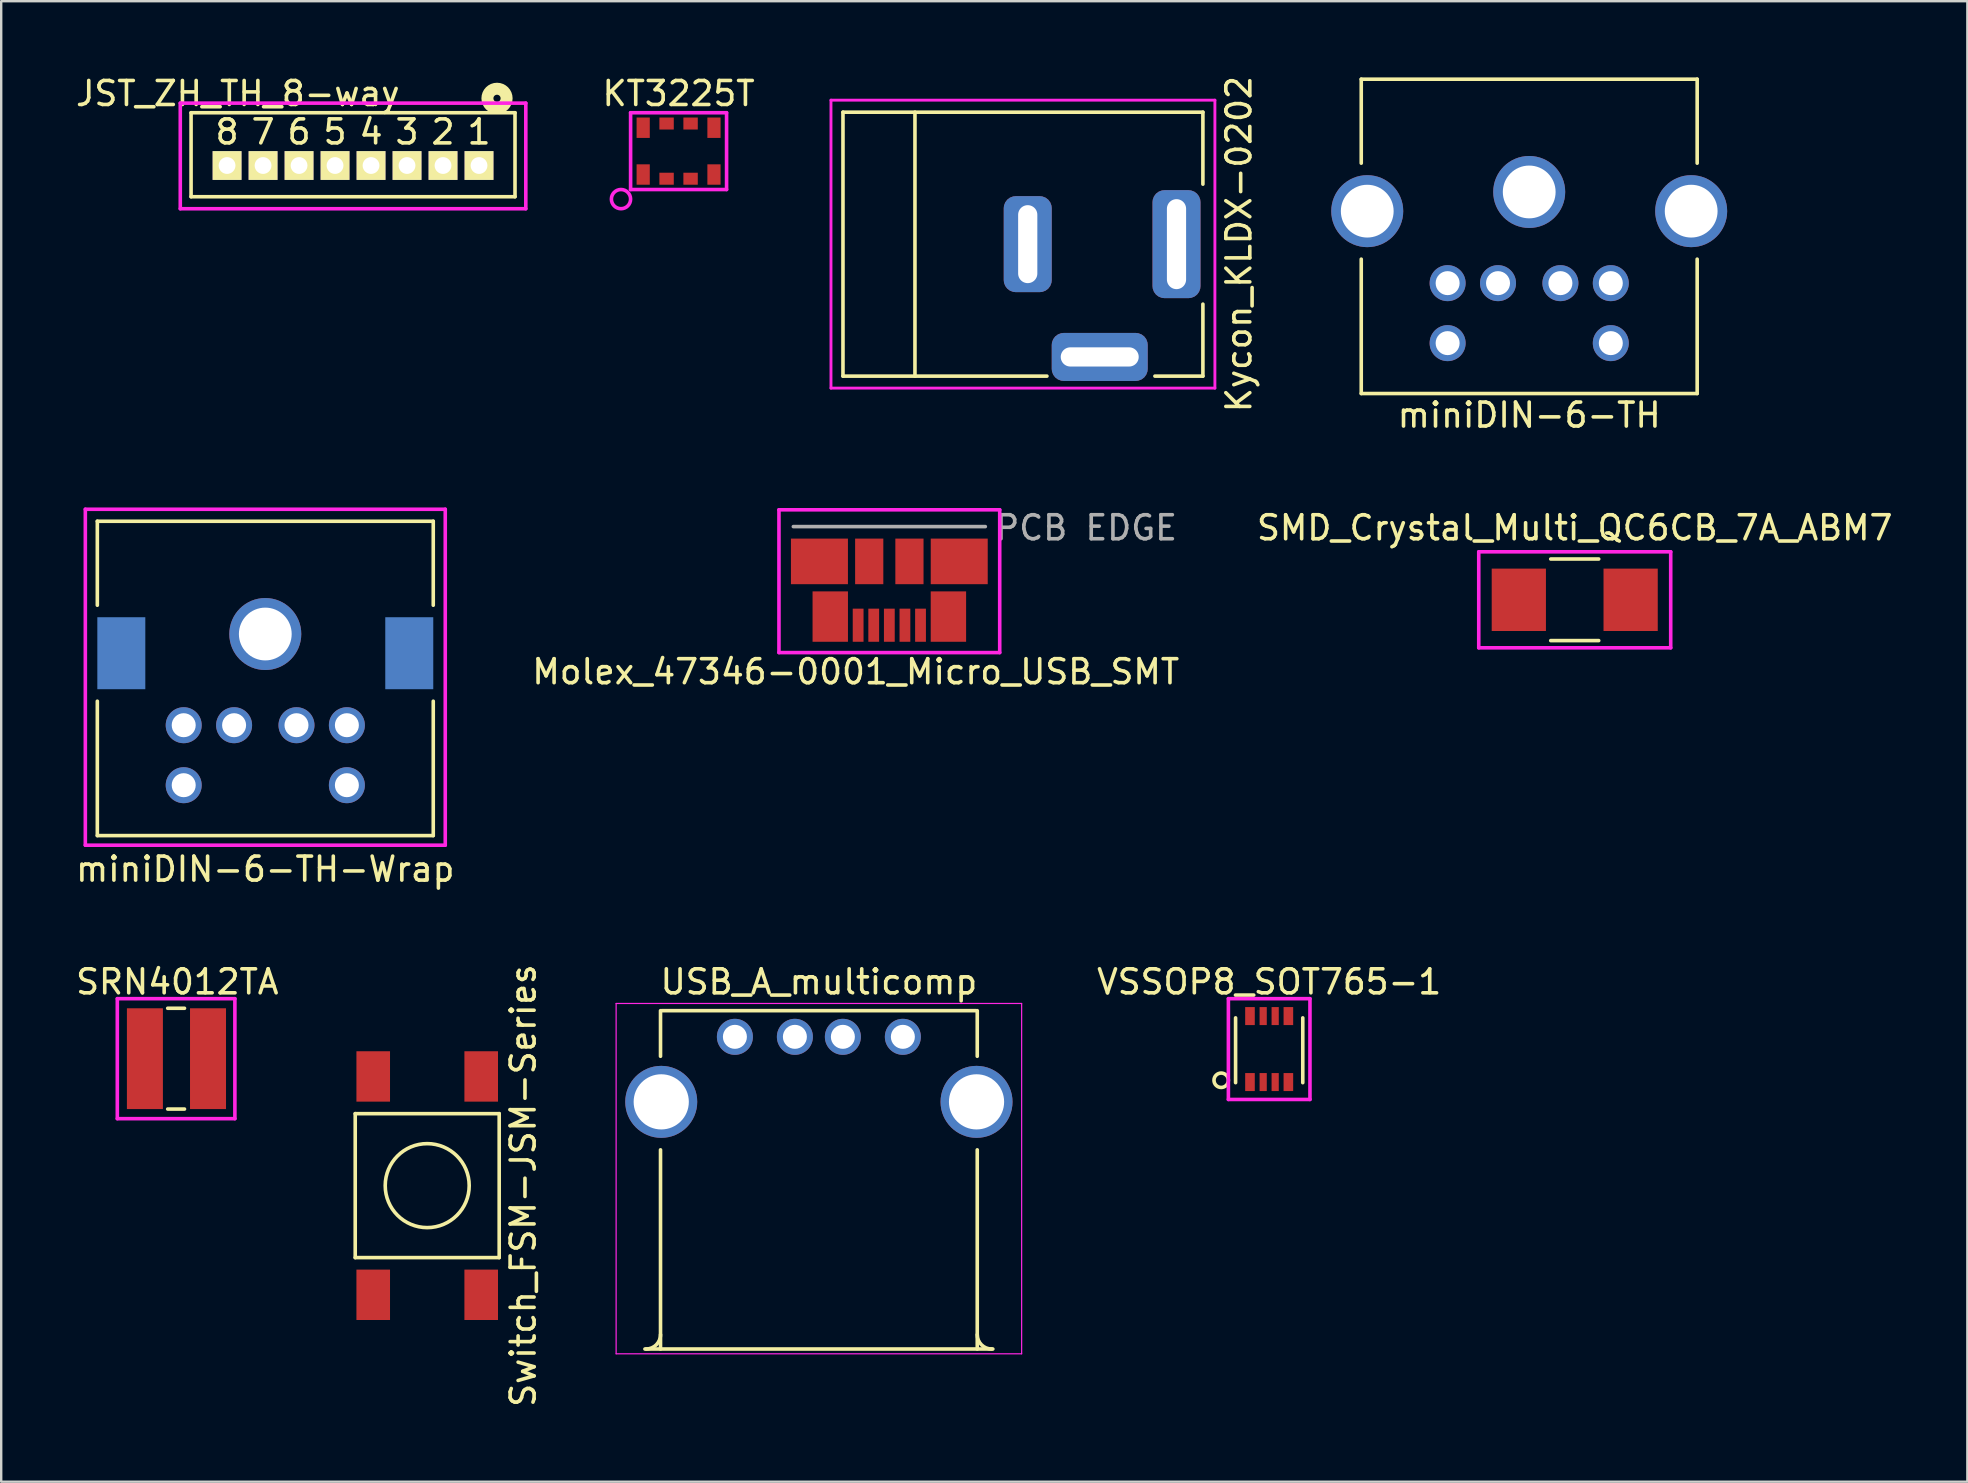
<source format=kicad_pcb>
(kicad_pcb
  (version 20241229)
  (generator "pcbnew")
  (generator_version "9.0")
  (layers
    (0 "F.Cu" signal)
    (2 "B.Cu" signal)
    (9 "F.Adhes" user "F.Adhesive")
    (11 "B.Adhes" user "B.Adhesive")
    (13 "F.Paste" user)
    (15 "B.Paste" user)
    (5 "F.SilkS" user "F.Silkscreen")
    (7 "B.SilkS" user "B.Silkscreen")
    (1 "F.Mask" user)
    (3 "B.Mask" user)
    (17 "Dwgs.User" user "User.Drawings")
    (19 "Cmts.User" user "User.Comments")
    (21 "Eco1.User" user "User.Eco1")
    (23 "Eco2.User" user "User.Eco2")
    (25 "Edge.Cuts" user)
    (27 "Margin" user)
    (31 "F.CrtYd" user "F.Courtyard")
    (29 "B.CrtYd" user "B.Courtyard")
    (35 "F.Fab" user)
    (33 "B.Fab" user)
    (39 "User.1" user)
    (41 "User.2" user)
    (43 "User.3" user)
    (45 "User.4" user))
  (footprint "KT3225T"
    (layer "F.Cu")
    (at 25.23 3.248)
    (property "Reference" "KT3225T" (at 0 -2.4 0) (layer "F.SilkS") (effects (font (size 1 1) (thickness 0.15))))
    (attr through_hole)
    (fp_line (start -2 -1.6) (end 2 -1.6) (stroke (width 0.15) (type solid)) (layer "F.CrtYd"))
    (fp_line (start -2 1.6) (end -2 -1.6) (stroke (width 0.15) (type solid)) (layer "F.CrtYd"))
    (fp_line (start 2 -1.6) (end 2 1.6) (stroke (width 0.15) (type solid)) (layer "F.CrtYd"))
    (fp_line (start 2 1.6) (end -2 1.6) (stroke (width 0.15) (type solid)) (layer "F.CrtYd"))
    (fp_circle (center -2.4 2) (end -2 2) (stroke (width 0.15) (type solid)) (fill no) (layer "F.CrtYd"))
    (pad "1" smd rect (at -1.475 0.975) (size 0.55 0.85) (layers "F.Cu" "F.Mask" "F.Paste"))
    (pad "2" smd rect (at -0.5 1.15) (size 0.6 0.5) (layers "F.Cu" "F.Mask" "F.Paste"))
    (pad "3" smd rect (at 0.5 1.15) (size 0.6 0.5) (layers "F.Cu" "F.Mask" "F.Paste"))
    (pad "4" smd rect (at 1.475 0.975) (size 0.55 0.85) (layers "F.Cu" "F.Mask" "F.Paste"))
    (pad "5" smd rect (at 1.475 -0.975) (size 0.55 0.85) (layers "F.Cu" "F.Mask" "F.Paste"))
    (pad "6" smd rect (at 0.5 -1.15) (size 0.6 0.5) (layers "F.Cu" "F.Mask" "F.Paste"))
    (pad "7" smd rect (at -0.5 -1.15) (size 0.6 0.5) (layers "F.Cu" "F.Mask" "F.Paste"))
    (pad "8" smd rect (at -1.475 -0.975) (size 0.55 0.85) (layers "F.Cu" "F.Mask" "F.Paste")))
  (footprint "VSSOP8_SOT765-1"
    (layer "F.Cu")
    (at 49.843 40.67)
    (property "Reference" "VSSOP8_SOT765-1" (at 0 -2.8 0) (layer "F.SilkS") (effects (font (size 1 1) (thickness 0.15))))
    (attr through_hole)
    (fp_line (start -1.4 -1.3) (end -1.4 1.4) (stroke (width 0.15) (type solid)) (layer "F.SilkS"))
    (fp_line (start 1.4 -1.3) (end 1.4 1.4) (stroke (width 0.15) (type solid)) (layer "F.SilkS"))
    (fp_circle (center -2 1.3) (end -1.7 1.3) (stroke (width 0.15) (type solid)) (fill no) (layer "F.SilkS"))
    (fp_line (start -1.7 -2.1) (end -1.7 2.1) (stroke (width 0.15) (type solid)) (layer "F.CrtYd"))
    (fp_line (start -1.7 -2.1) (end 1.7 -2.1) (stroke (width 0.15) (type solid)) (layer "F.CrtYd"))
    (fp_line (start -1.7 2.1) (end 1.7 2.1) (stroke (width 0.15) (type solid)) (layer "F.CrtYd"))
    (fp_line (start 1.7 -2.1) (end 1.7 2.1) (stroke (width 0.15) (type solid)) (layer "F.CrtYd"))
    (pad "1" smd rect (at -0.8 1.375) (size 0.4 0.75) (layers "F.Cu" "F.Mask" "F.Paste"))
    (pad "2" smd rect (at -0.25 1.375) (size 0.3 0.75) (layers "F.Cu" "F.Mask" "F.Paste"))
    (pad "3" smd rect (at 0.25 1.375) (size 0.3 0.75) (layers "F.Cu" "F.Mask" "F.Paste"))
    (pad "4" smd rect (at 0.8 1.375) (size 0.4 0.75) (layers "F.Cu" "F.Mask" "F.Paste"))
    (pad "5" smd rect (at 0.8 -1.375) (size 0.4 0.75) (layers "F.Cu" "F.Mask" "F.Paste"))
    (pad "6" smd rect (at 0.25 -1.375) (size 0.3 0.75) (layers "F.Cu" "F.Mask" "F.Paste"))
    (pad "7" smd rect (at -0.25 -1.375) (size 0.3 0.75) (layers "F.Cu" "F.Mask" "F.Paste"))
    (pad "8" smd rect (at -0.8 -1.375) (size 0.4 0.75) (layers "F.Cu" "F.Mask" "F.Paste")))
  (footprint "SRN4012TA"
    (layer "F.Cu")
    (at 4.339 41.07)
    (property "Reference" "SRN4012TA" (at 0 -3.2 0) (layer "F.SilkS") (effects (font (size 1 1) (thickness 0.15))))
    (attr through_hole)
    (fp_line (start -0.4 -2.1) (end 0.3 -2.1) (stroke (width 0.15) (type solid)) (layer "F.SilkS"))
    (fp_line (start -0.4 2.1) (end 0.3 2.1) (stroke (width 0.15) (type solid)) (layer "F.SilkS"))
    (fp_line (start -2.5 -2.5) (end 2.4 -2.5) (stroke (width 0.15) (type solid)) (layer "F.CrtYd"))
    (fp_line (start -2.5 2.5) (end -2.5 -2.5) (stroke (width 0.15) (type solid)) (layer "F.CrtYd"))
    (fp_line (start 2.4 -2.5) (end 2.4 2.5) (stroke (width 0.15) (type solid)) (layer "F.CrtYd"))
    (fp_line (start 2.4 2.5) (end -2.5 2.5) (stroke (width 0.15) (type solid)) (layer "F.CrtYd"))
    (pad "1" smd rect (at -1.35 0) (size 1.5 4.2) (layers "F.Cu" "F.Mask" "F.Paste"))
    (pad "2" smd rect (at 1.28 0) (size 1.5 4.2) (layers "F.Cu" "F.Mask" "F.Paste")))
  (footprint "Switch_FSM-JSM-Series"
    (layer "F.Cu")
    (at 14.754 46.361)
    (property "Reference" "Switch_FSM-JSM-Series" (at 4 0 90) (layer "F.SilkS") (effects (font (size 1 1) (thickness 0.15))))
    (attr through_hole)
    (fp_line (start -3 -3) (end 3 -3) (stroke (width 0.15) (type solid)) (layer "F.SilkS"))
    (fp_line (start -3 3) (end -3 -3) (stroke (width 0.15) (type solid)) (layer "F.SilkS"))
    (fp_line (start 3 -3) (end 3 3) (stroke (width 0.15) (type solid)) (layer "F.SilkS"))
    (fp_line (start 3 3) (end -3 3) (stroke (width 0.15) (type solid)) (layer "F.SilkS"))
    (fp_circle (center 0 0) (end 1.75 0) (stroke (width 0.15) (type solid)) (fill no) (layer "F.SilkS"))
    (pad "1" smd rect (at -2.25 -4.55) (size 1.4 2.1) (layers "F.Cu" "F.Mask" "F.Paste"))
    (pad "1" smd rect (at -2.25 4.55) (size 1.4 2.1) (layers "F.Cu" "F.Mask" "F.Paste"))
    (pad "2" smd rect (at 2.25 -4.55) (size 1.4 2.1) (layers "F.Cu" "F.Mask" "F.Paste"))
    (pad "2" smd rect (at 2.25 4.55) (size 1.4 2.1) (layers "F.Cu" "F.Mask" "F.Paste")))
  (footprint "miniDIN-6-TH-Wrap"
    (layer "F.Cu")
    (at 8.006 18.673)
    (property "Reference" "miniDIN-6-TH-Wrap" (at 0 14.5 0) (layer "F.SilkS") (effects (font (size 1 1) (thickness 0.15))))
    (attr through_hole)
    (fp_line (start -7 0) (end -7 3.5) (stroke (width 0.15) (type solid)) (layer "F.SilkS"))
    (fp_line (start -7 0) (end 7 0) (stroke (width 0.15) (type solid)) (layer "F.SilkS"))
    (fp_line (start -7 7.5) (end -7 13.1) (stroke (width 0.15) (type solid)) (layer "F.SilkS"))
    (fp_line (start -7 13.1) (end 7 13.1) (stroke (width 0.15) (type solid)) (layer "F.SilkS"))
    (fp_line (start 7 3.5) (end 7 0) (stroke (width 0.15) (type solid)) (layer "F.SilkS"))
    (fp_line (start 7 7.5) (end 7 13.1) (stroke (width 0.15) (type solid)) (layer "F.SilkS"))
    (fp_line (start -7.5 -0.5) (end 7.5 -0.5) (stroke (width 0.15) (type solid)) (layer "F.CrtYd"))
    (fp_line (start -7.5 13.5) (end -7.5 -0.5) (stroke (width 0.15) (type solid)) (layer "F.CrtYd"))
    (fp_line (start 7.5 -0.5) (end 7.5 13.5) (stroke (width 0.15) (type solid)) (layer "F.CrtYd"))
    (fp_line (start 7.5 13.5) (end -7.5 13.5) (stroke (width 0.15) (type solid)) (layer "F.CrtYd"))
    (pad "1" thru_hole circle (at 1.3 8.5 90) (size 1.5 1.5) (drill 1) (layers "*.Cu" "*.Mask"))
    (pad "2" thru_hole circle (at -1.3 8.5 90) (size 1.5 1.5) (drill 1) (layers "*.Cu" "*.Mask"))
    (pad "3" thru_hole circle (at 3.4 8.5 90) (size 1.5 1.5) (drill 1) (layers "*.Cu" "*.Mask"))
    (pad "4" thru_hole circle (at -3.4 8.5 180) (size 1.5 1.5) (drill 1) (layers "*.Cu" "*.Mask"))
    (pad "5" thru_hole circle (at 3.4 11 90) (size 1.5 1.5) (drill 1) (layers "*.Cu" "*.Mask"))
    (pad "6" thru_hole circle (at -3.4 11 180) (size 1.5 1.5) (drill 1) (layers "*.Cu" "*.Mask"))
    (pad "7" smd rect (at -6 5.5 90) (size 3 2) (layers "F.Mask" "B.Cu" "F.Paste"))
    (pad "7" thru_hole circle (at 0 4.7 90) (size 3 3) (drill 2.2) (layers "*.Cu" "*.Mask"))
    (pad "7" smd rect (at 6 5.5 90) (size 3 2) (layers "F.Mask" "B.Cu" "F.Paste")))
  (footprint "USB_A_multicomp"
    (layer "F.Cu")
    (at 31.077 42.87)
    (property "Reference" "USB_A_multicomp" (at 0 -5 0) (layer "F.SilkS") (effects (font (size 1 1) (thickness 0.15))))
    (attr through_hole)
    (fp_line (start -7.25 10.3) (end 7.25 10.3) (stroke (width 0.15) (type solid)) (layer "F.SilkS"))
    (fp_line (start -6.6 -3.8) (end -6.6 -1.9) (stroke (width 0.15) (type solid)) (layer "F.SilkS"))
    (fp_line (start -6.6 2) (end -6.6 10.3) (stroke (width 0.15) (type solid)) (layer "F.SilkS"))
    (fp_line (start 6.55 -3.8) (end -6.55 -3.8) (stroke (width 0.15) (type solid)) (layer "F.SilkS"))
    (fp_line (start 6.6 -3.8) (end 6.6 -1.9) (stroke (width 0.15) (type solid)) (layer "F.SilkS"))
    (fp_line (start 6.6 2) (end 6.6 10.3) (stroke (width 0.15) (type solid)) (layer "F.SilkS"))
    (fp_arc (start -6.6 9.7) (mid -6.775736 10.124264) (end -7.2 10.3) (stroke (width 0.15) (type solid)) (layer "F.SilkS"))
    (fp_arc (start 7.2 10.3) (mid 6.775736 10.124264) (end 6.6 9.7) (stroke (width 0.15) (type solid)) (layer "F.SilkS"))
    (fp_line (start -8.45 -4.1) (end 8.45 -4.1) (stroke (width 0.05) (type solid)) (layer "F.CrtYd"))
    (fp_line (start -8.45 10.5) (end -8.45 -4.1) (stroke (width 0.05) (type solid)) (layer "F.CrtYd"))
    (fp_line (start -8.45 10.5) (end 8.45 10.5) (stroke (width 0.05) (type solid)) (layer "F.CrtYd"))
    (fp_line (start 8.45 -4.1) (end 8.45 10.5) (stroke (width 0.05) (type solid)) (layer "F.CrtYd"))
    (pad "1" thru_hole circle (at -3.5 -2.71 270) (size 1.501 1.501) (drill 1) (layers "*.Cu" "*.Mask"))
    (pad "2" thru_hole circle (at -1 -2.71 270) (size 1.501 1.501) (drill 1) (layers "*.Cu" "*.Mask"))
    (pad "3" thru_hole circle (at 1 -2.71 270) (size 1.501 1.501) (drill 1) (layers "*.Cu" "*.Mask"))
    (pad "4" thru_hole circle (at 3.5 -2.71 270) (size 1.501 1.501) (drill 1) (layers "*.Cu" "*.Mask"))
    (pad "5" thru_hole circle (at -6.57 0 270) (size 3 3) (drill 2.3) (layers "*.Cu" "*.Mask"))
    (pad "5" thru_hole circle (at 6.57 0 270) (size 3 3) (drill 2.3) (layers "*.Cu" "*.Mask")))
  (footprint "Kycon_KLDX-0202"
    (layer "F.Cu")
    (at 32.081 7.125)
    (property "Reference" "Kycon_KLDX-0202" (at 16.5 0 90) (layer "F.SilkS") (effects (font (size 1 1) (thickness 0.15))))
    (attr through_hole)
    (fp_line (start 0 -5.5) (end 0 5.5) (stroke (width 0.15) (type solid)) (layer "F.SilkS"))
    (fp_line (start 3 -5.5) (end 3 5.5) (stroke (width 0.15) (type solid)) (layer "F.SilkS"))
    (fp_line (start 8.5 5.5) (end 0 5.5) (stroke (width 0.15) (type solid)) (layer "F.SilkS"))
    (fp_line (start 13 5.5) (end 15 5.5) (stroke (width 0.15) (type solid)) (layer "F.SilkS"))
    (fp_line (start 15 -5.5) (end 0 -5.5) (stroke (width 0.15) (type solid)) (layer "F.SilkS"))
    (fp_line (start 15 -2.5) (end 15 -5.5) (stroke (width 0.15) (type solid)) (layer "F.SilkS"))
    (fp_line (start 15 5.5) (end 15 2.5) (stroke (width 0.15) (type solid)) (layer "F.SilkS"))
    (fp_line (start -0.5 -6) (end 15.5 -6) (stroke (width 0.12) (type solid)) (layer "F.CrtYd"))
    (fp_line (start -0.5 6) (end -0.5 -6) (stroke (width 0.12) (type solid)) (layer "F.CrtYd"))
    (fp_line (start 15.5 -6) (end 15.5 6) (stroke (width 0.12) (type solid)) (layer "F.CrtYd"))
    (fp_line (start 15.5 6) (end -0.5 6) (stroke (width 0.12) (type solid)) (layer "F.CrtYd"))
    (pad "1" thru_hole roundrect (at 13.9 0) (size 2 4.5) (drill oval 0.8 3.75) (layers "*.Cu" "*.Mask") (roundrect_rratio 0.25))
    (pad "2" thru_hole roundrect (at 7.7 0) (size 2 4) (drill oval 0.8 3.25) (layers "*.Cu" "*.Mask") (roundrect_rratio 0.25))
    (pad "2" thru_hole roundrect (at 10.7 4.7 90) (size 2 4) (drill oval 0.8 3.25) (layers "*.Cu" "*.Mask") (roundrect_rratio 0.25)))
  (footprint "JST_ZH_TH_8-way"
    (layer "F.Cu")
    (at 11.663 3.848)
    (property "Reference" "JST_ZH_TH_8-way" (at -4.8 -3 0) (layer "F.SilkS") (effects (font (size 1 1) (thickness 0.15))))
    (attr through_hole)
    (fp_line (start -6.75 -2.2) (end -6.75 1.3) (stroke (width 0.15) (type solid)) (layer "F.SilkS"))
    (fp_line (start -6.75 -2.2) (end 6.75 -2.2) (stroke (width 0.15) (type solid)) (layer "F.SilkS"))
    (fp_line (start -6.75 1.3) (end 6.75 1.3) (stroke (width 0.15) (type solid)) (layer "F.SilkS"))
    (fp_line (start 6.75 -2.2) (end 6.75 1.3) (stroke (width 0.15) (type solid)) (layer "F.SilkS"))
    (fp_circle (center 6 -2.8) (end 6.4 -2.8) (stroke (width 0.5) (type solid)) (fill no) (layer "F.SilkS"))
    (fp_line (start -7.2 -2.6) (end 7.2 -2.6) (stroke (width 0.15) (type solid)) (layer "F.CrtYd"))
    (fp_line (start -7.2 1.8) (end -7.2 -2.6) (stroke (width 0.15) (type solid)) (layer "F.CrtYd"))
    (fp_line (start 7.2 -2.6) (end 7.2 1.8) (stroke (width 0.15) (type solid)) (layer "F.CrtYd"))
    (fp_line (start 7.2 1.8) (end -7.2 1.8) (stroke (width 0.15) (type solid)) (layer "F.CrtYd"))
    (fp_text user "2" (at 3.75 -1.4 0) (layer "F.SilkS") (effects (font (size 1 1) (thickness 0.15))))
    (fp_text user "5" (at -0.75 -1.4 0) (layer "F.SilkS") (effects (font (size 1 1) (thickness 0.15))))
    (fp_text user "6" (at -2.25 -1.4 0) (layer "F.SilkS") (effects (font (size 1 1) (thickness 0.15))))
    (fp_text user "3" (at 2.25 -1.4 0) (layer "F.SilkS") (effects (font (size 1 1) (thickness 0.15))))
    (fp_text user "8" (at -5.25 -1.4 0) (layer "F.SilkS") (effects (font (size 1 1) (thickness 0.15))))
    (fp_text user "1" (at 5.25 -1.4 0) (layer "F.SilkS") (effects (font (size 1 1) (thickness 0.15))))
    (fp_text user "7" (at -3.75 -1.4 0) (layer "F.SilkS") (effects (font (size 1 1) (thickness 0.15))))
    (fp_text user "4" (at 0.75 -1.4 0) (layer "F.SilkS") (effects (font (size 1 1) (thickness 0.15))))
    (pad "1" thru_hole rect (at 5.25 0) (size 1.2 1.2) (drill 0.7) (layers "*.Cu" "*.Mask" "F.SilkS"))
    (pad "2" thru_hole rect (at 3.75 0) (size 1.2 1.2) (drill 0.7) (layers "*.Cu" "*.Mask" "F.SilkS"))
    (pad "3" thru_hole rect (at 2.25 0) (size 1.2 1.2) (drill 0.7) (layers "*.Cu" "*.Mask" "F.SilkS"))
    (pad "4" thru_hole rect (at 0.75 0) (size 1.2 1.2) (drill 0.7) (layers "*.Cu" "*.Mask" "F.SilkS"))
    (pad "5" thru_hole rect (at -0.75 0) (size 1.2 1.2) (drill 0.7) (layers "*.Cu" "*.Mask" "F.SilkS"))
    (pad "6" thru_hole rect (at -2.25 0) (size 1.2 1.2) (drill 0.7) (layers "*.Cu" "*.Mask" "F.SilkS"))
    (pad "7" thru_hole rect (at -3.75 0) (size 1.2 1.2) (drill 0.7) (layers "*.Cu" "*.Mask" "F.SilkS"))
    (pad "8" thru_hole rect (at -5.25 0) (size 1.2 1.2) (drill 0.7) (layers "*.Cu" "*.Mask" "F.SilkS")))
  (footprint "Molex_47346-0001_Micro_USB_SMT"
    (layer "F.Cu")
    (at 34.013 20.346)
    (property "Reference" "Molex_47346-0001_Micro_USB_SMT" (at -1.4 4.6 0) (layer "F.SilkS") (effects (font (size 1 1) (thickness 0.15))))
    (attr through_hole)
    (fp_line (start -4.6 -2.15) (end -4.6 3.8) (stroke (width 0.15) (type solid)) (layer "F.CrtYd"))
    (fp_line (start -4.6 -2.15) (end 4.6 -2.15) (stroke (width 0.15) (type solid)) (layer "F.CrtYd"))
    (fp_line (start -4.6 3.8) (end 4.6 3.8) (stroke (width 0.15) (type solid)) (layer "F.CrtYd"))
    (fp_line (start 4.6 3.8) (end 4.6 -2.15) (stroke (width 0.15) (type solid)) (layer "F.CrtYd"))
    (fp_line (start -4 -1.45) (end 4 -1.45) (stroke (width 0.15) (type solid)) (layer "F.Fab"))
    (fp_text user "PCB EDGE" (at 8.2 -1.4 0) (layer "F.Fab") (effects (font (size 1 1) (thickness 0.15))))
    (pad "" smd rect (at -0.838 0) (size 1.175 1.9) (layers "F.Cu" "F.Mask" "F.Paste"))
    (pad "" smd rect (at -0.65 2.66) (size 0.45 1.38) (layers "F.Cu" "F.Mask" "F.Paste"))
    (pad "" smd rect (at 0.838 0) (size 1.175 1.9) (layers "F.Cu" "F.Mask" "F.Paste"))
    (pad "1" smd rect (at 1.3 2.66) (size 0.45 1.38) (layers "F.Cu" "F.Mask" "F.Paste"))
    (pad "2" smd rect (at 0.65 2.66) (size 0.45 1.38) (layers "F.Cu" "F.Mask" "F.Paste"))
    (pad "3" smd rect (at 0 2.66) (size 0.45 1.38) (layers "F.Cu" "F.Mask" "F.Paste"))
    (pad "4" smd rect (at -1.3 2.66) (size 0.45 1.38) (layers "F.Cu" "F.Mask" "F.Paste"))
    (pad "5" smd rect (at -2.913 0) (size 2.375 1.9) (layers "F.Cu" "F.Mask" "F.Paste"))
    (pad "5" smd rect (at -2.462 2.3) (size 1.475 2.1) (layers "F.Cu" "F.Mask" "F.Paste"))
    (pad "5" smd rect (at 2.462 2.3) (size 1.475 2.1) (layers "F.Cu" "F.Mask" "F.Paste"))
    (pad "5" smd rect (at 2.913 0) (size 2.375 1.9) (layers "F.Cu" "F.Mask" "F.Paste")))
  (footprint "miniDIN-6-TH"
    (layer "F.Cu")
    (at 60.68 0.25)
    (property "Reference" "miniDIN-6-TH" (at 0 14 0) (layer "F.SilkS") (effects (font (size 1 1) (thickness 0.15))))
    (attr through_hole)
    (fp_line (start -7 0) (end -7 3.5) (stroke (width 0.15) (type solid)) (layer "F.SilkS"))
    (fp_line (start -7 0) (end 7 0) (stroke (width 0.15) (type solid)) (layer "F.SilkS"))
    (fp_line (start -7 7.5) (end -7 13.1) (stroke (width 0.15) (type solid)) (layer "F.SilkS"))
    (fp_line (start -7 13.1) (end 7 13.1) (stroke (width 0.15) (type solid)) (layer "F.SilkS"))
    (fp_line (start 7 3.5) (end 7 0) (stroke (width 0.15) (type solid)) (layer "F.SilkS"))
    (fp_line (start 7 7.5) (end 7 13.1) (stroke (width 0.15) (type solid)) (layer "F.SilkS"))
    (pad "1" thru_hole circle (at 1.3 8.5 90) (size 1.5 1.5) (drill 1) (layers "*.Cu" "*.Mask"))
    (pad "2" thru_hole circle (at -1.3 8.5 90) (size 1.5 1.5) (drill 1) (layers "*.Cu" "*.Mask"))
    (pad "3" thru_hole circle (at 3.4 8.5 90) (size 1.5 1.5) (drill 1) (layers "*.Cu" "*.Mask"))
    (pad "4" thru_hole circle (at -3.4 8.5 180) (size 1.5 1.5) (drill 1) (layers "*.Cu" "*.Mask"))
    (pad "5" thru_hole circle (at 3.4 11 90) (size 1.5 1.5) (drill 1) (layers "*.Cu" "*.Mask"))
    (pad "6" thru_hole circle (at -3.4 11 180) (size 1.5 1.5) (drill 1) (layers "*.Cu" "*.Mask"))
    (pad "7" thru_hole circle (at -6.75 5.5 90) (size 3 3) (drill 2.2) (layers "*.Cu" "*.Mask"))
    (pad "7" thru_hole circle (at 0 4.7 90) (size 3 3) (drill 2.2) (layers "*.Cu" "*.Mask"))
    (pad "7" thru_hole circle (at 6.75 5.5 90) (size 3 3) (drill 2.2) (layers "*.Cu" "*.Mask")))
  (footprint "SMD_Crystal_Multi_QC6CB_7A_ABM7"
    (layer "F.Cu")
    (at 62.577 21.947)
    (property "Reference" "SMD_Crystal_Multi_QC6CB_7A_ABM7" (at 0 -3 0) (layer "F.SilkS") (effects (font (size 1 1) (thickness 0.15))))
    (attr through_hole)
    (fp_line (start -1 -1.7) (end 1 -1.7) (stroke (width 0.15) (type solid)) (layer "F.SilkS"))
    (fp_line (start -1 1.7) (end 1 1.7) (stroke (width 0.15) (type solid)) (layer "F.SilkS"))
    (fp_line (start -4 -2) (end -4 2) (stroke (width 0.15) (type solid)) (layer "F.CrtYd"))
    (fp_line (start -4 -2) (end 4 -2) (stroke (width 0.15) (type solid)) (layer "F.CrtYd"))
    (fp_line (start 4 -2) (end 4 2) (stroke (width 0.15) (type solid)) (layer "F.CrtYd"))
    (fp_line (start 4 2) (end -4 2) (stroke (width 0.15) (type solid)) (layer "F.CrtYd"))
    (pad "1" smd rect (at -2.33 0) (size 2.26 2.6) (layers "F.Cu" "F.Mask" "F.Paste"))
    (pad "2" smd rect (at 2.33 0) (size 2.26 2.6) (layers "F.Cu" "F.Mask" "F.Paste")))
  (gr_rect
    (start -3 -3)
    (end 78.94 58.7)
    (stroke (width 0.1) (type default))
    (fill no)
    (layer "Edge.Cuts")))
</source>
